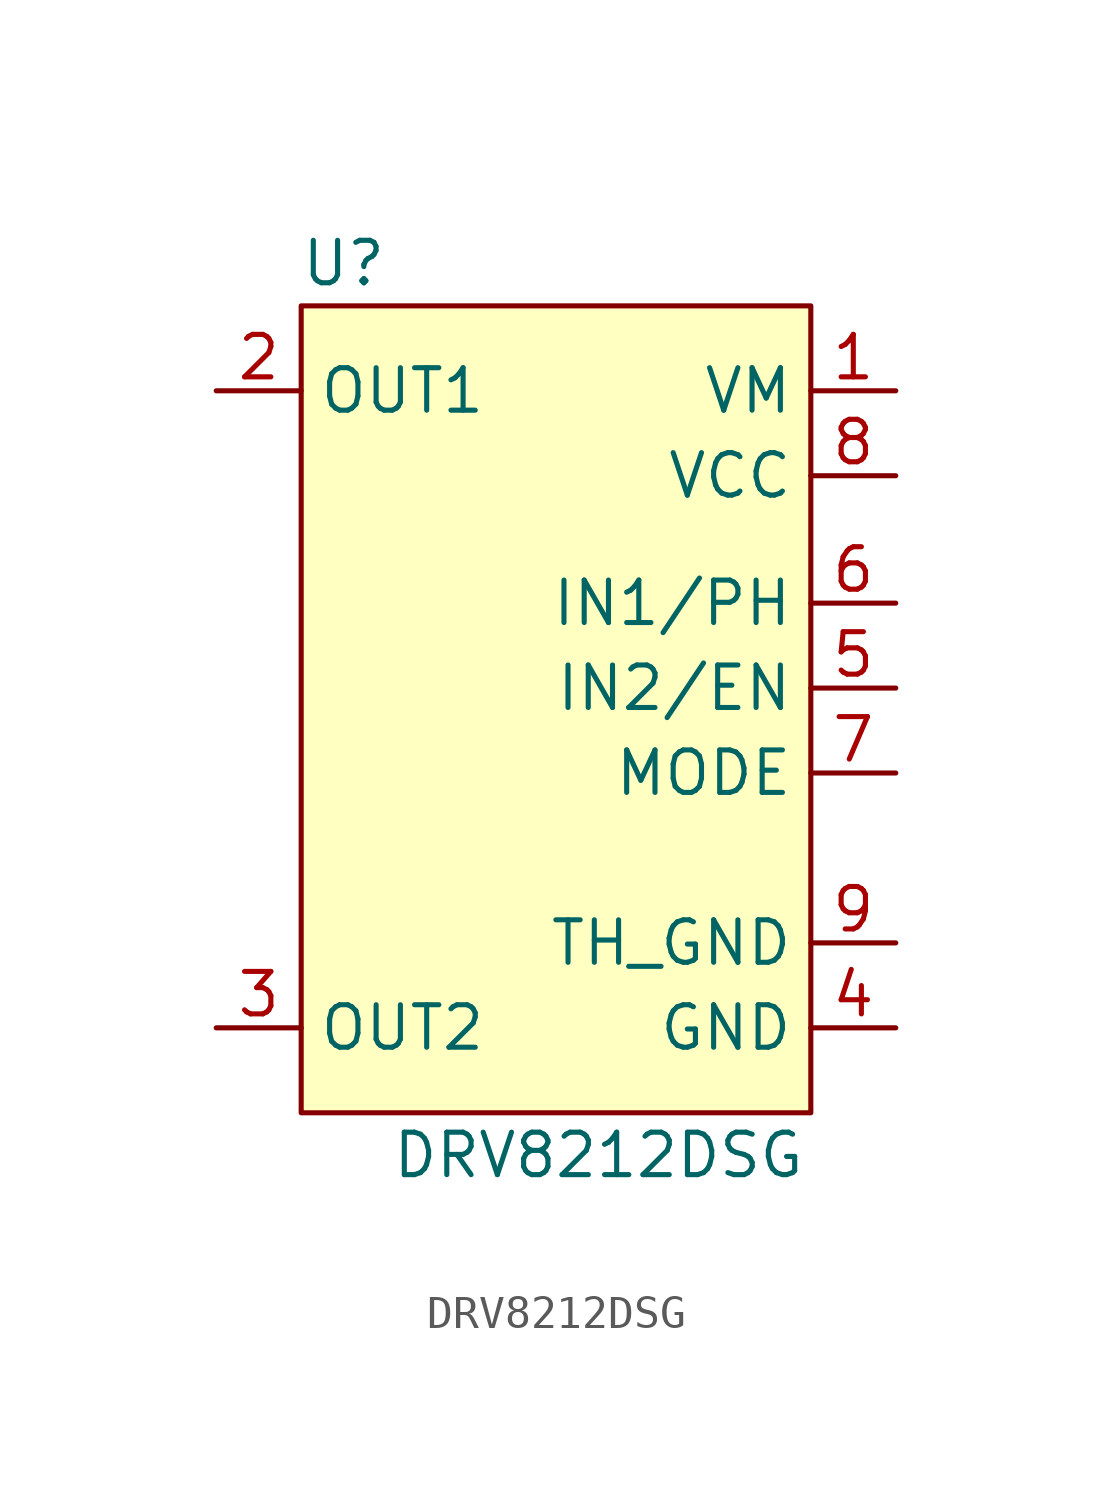
<source format=kicad_sym>
(kicad_symbol_lib
  (version 20211014)
  (generator kicad_symbol_editor)
  (symbol "DRV8212DSG"
    (property "Reference" "U"
      (at -6.35 13.97 0)
      (effects (font (size 1.27 1.27))))
    (property "Value" "DRV8212DSG"
      (at 1.27 -12.7 0)
      (effects (font (size 1.27 1.27))))
    (symbol "DRV8212DSG_0_1"
      (rectangle (start -7.62 12.7) (end 7.62 -11.43) (stroke (width 0) (type default) (color 0 0 0 0)) (fill (type background))))
    (symbol "DRV8212DSG_1_1"
      (pin passive line (at 10.16 10.16 180) (length 2.54) (name "VM" (effects (font (size 1.27 1.27)))) (number "1" (effects (font (size 1.27 1.27)))))
      (pin passive line (at -10.16 10.16 0) (length 2.54) (name "OUT1" (effects (font (size 1.27 1.27)))) (number "2" (effects (font (size 1.27 1.27)))))
      (pin passive line (at -10.16 -8.89 0) (length 2.54) (name "OUT2" (effects (font (size 1.27 1.27)))) (number "3" (effects (font (size 1.27 1.27)))))
      (pin passive line (at 10.16 -8.89 180) (length 2.54) (name "GND" (effects (font (size 1.27 1.27)))) (number "4" (effects (font (size 1.27 1.27)))))
      (pin passive line (at 10.16 1.27 180) (length 2.54) (name "IN2/EN" (effects (font (size 1.27 1.27)))) (number "5" (effects (font (size 1.27 1.27)))))
      (pin passive line (at 10.16 3.81 180) (length 2.54) (name "IN1/PH" (effects (font (size 1.27 1.27)))) (number "6" (effects (font (size 1.27 1.27)))))
      (pin passive line (at 10.16 -1.27 180) (length 2.54) (name "MODE" (effects (font (size 1.27 1.27)))) (number "7" (effects (font (size 1.27 1.27)))))
      (pin passive line (at 10.16 7.62 180) (length 2.54) (name "VCC" (effects (font (size 1.27 1.27)))) (number "8" (effects (font (size 1.27 1.27)))))
      (pin passive line (at 10.16 -6.35 180) (length 2.54) (name "TH_GND" (effects (font (size 1.27 1.27)))) (number "9" (effects (font (size 1.27 1.27))))))))
</source>
